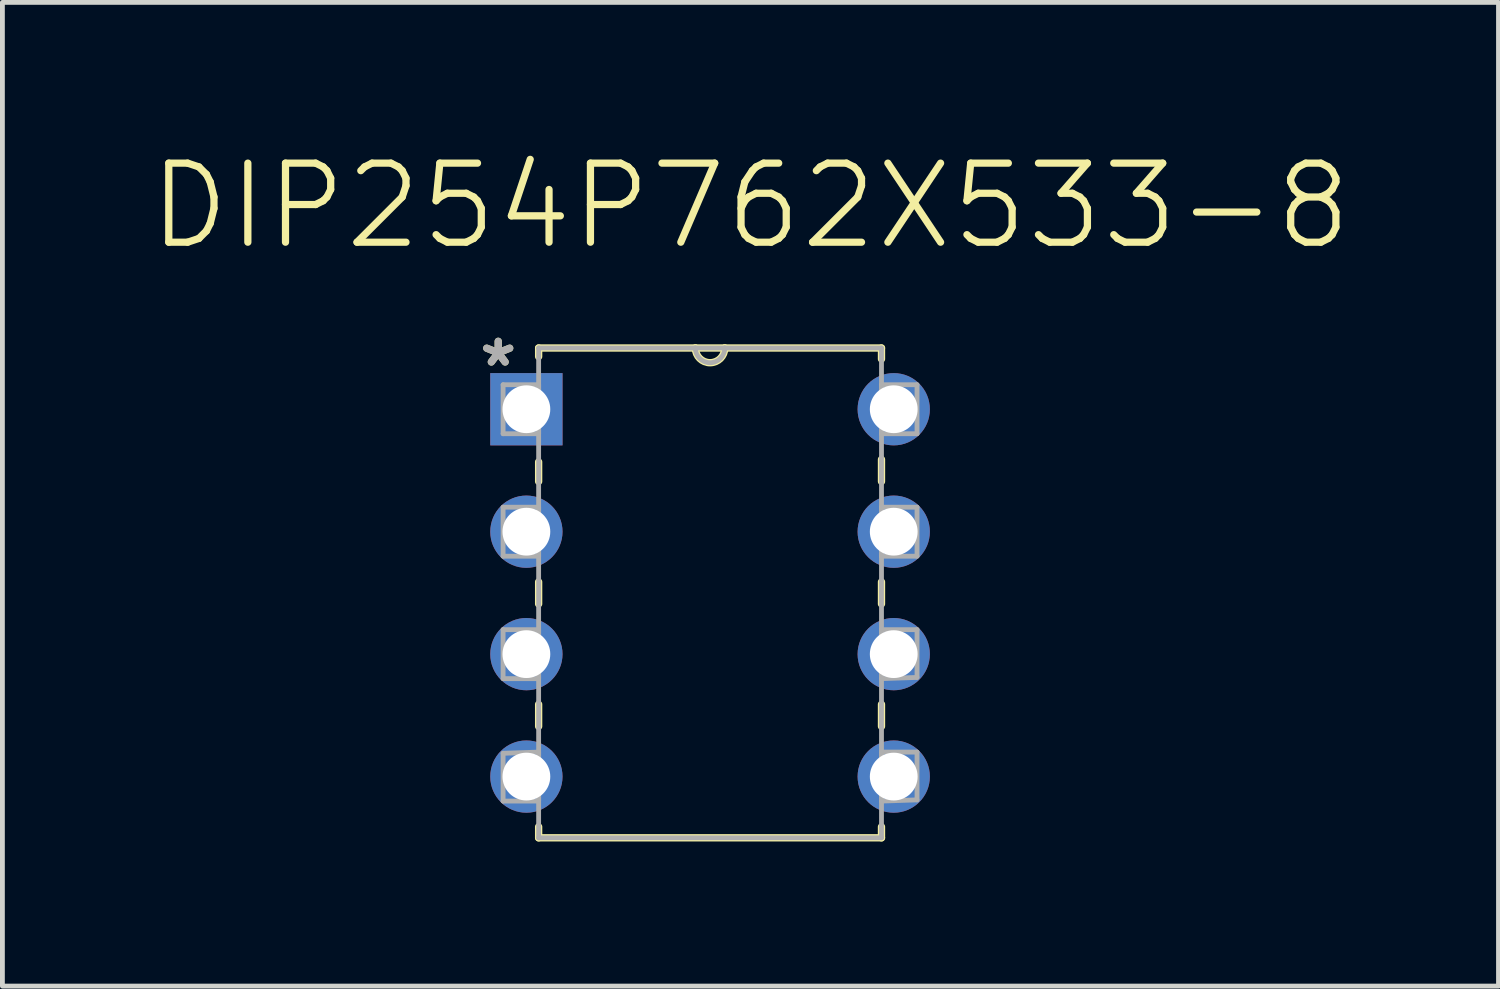
<source format=kicad_pcb>
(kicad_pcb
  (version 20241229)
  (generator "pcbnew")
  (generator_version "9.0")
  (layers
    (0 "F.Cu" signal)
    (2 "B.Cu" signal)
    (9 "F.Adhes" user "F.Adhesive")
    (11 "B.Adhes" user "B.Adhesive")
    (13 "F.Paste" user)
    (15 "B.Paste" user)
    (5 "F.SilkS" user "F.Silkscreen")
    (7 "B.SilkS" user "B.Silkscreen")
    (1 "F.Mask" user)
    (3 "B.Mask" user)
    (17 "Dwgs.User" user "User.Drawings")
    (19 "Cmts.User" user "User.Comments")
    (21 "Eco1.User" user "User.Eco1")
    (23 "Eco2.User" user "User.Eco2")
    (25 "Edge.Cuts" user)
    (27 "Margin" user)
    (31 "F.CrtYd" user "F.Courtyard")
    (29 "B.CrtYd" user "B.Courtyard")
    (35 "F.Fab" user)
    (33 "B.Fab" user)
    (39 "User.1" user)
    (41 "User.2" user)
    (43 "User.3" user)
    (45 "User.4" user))
  (footprint "DIP254P762X533-8"
    (layer "F.Cu")
    (at 15.489 13.059)
    (property "Reference" "DIP254P762X533-8" (at -2.972 -11.836 0) (layer "F.SilkS") (effects (font (size 1.64 1.64) (thickness 0.15))))
    (attr through_hole)
    (fp_line (start -7.366 -8.89) (end -7.366 -8.712) (stroke (width 0.152) (type solid)) (layer "F.SilkS"))
    (fp_line (start -7.366 -6.528) (end -7.366 -6.121) (stroke (width 0.152) (type solid)) (layer "F.SilkS"))
    (fp_line (start -7.366 -4.039) (end -7.366 -3.581) (stroke (width 0.152) (type solid)) (layer "F.SilkS"))
    (fp_line (start -7.366 -1.499) (end -7.366 -1.041) (stroke (width 0.152) (type solid)) (layer "F.SilkS"))
    (fp_line (start -7.366 1.041) (end -7.366 1.27) (stroke (width 0.152) (type solid)) (layer "F.SilkS"))
    (fp_line (start -7.366 1.27) (end -0.254 1.27) (stroke (width 0.152) (type solid)) (layer "F.SilkS"))
    (fp_line (start -4.115 -8.89) (end -7.366 -8.89) (stroke (width 0.152) (type solid)) (layer "F.SilkS"))
    (fp_line (start -3.505 -8.89) (end -4.115 -8.89) (stroke (width 0.152) (type solid)) (layer "F.SilkS"))
    (fp_line (start -0.254 -8.89) (end -3.505 -8.89) (stroke (width 0.152) (type solid)) (layer "F.SilkS"))
    (fp_line (start -0.254 -8.661) (end -0.254 -8.89) (stroke (width 0.152) (type solid)) (layer "F.SilkS"))
    (fp_line (start -0.254 -6.121) (end -0.254 -6.579) (stroke (width 0.152) (type solid)) (layer "F.SilkS"))
    (fp_line (start -0.254 -3.581) (end -0.254 -4.039) (stroke (width 0.152) (type solid)) (layer "F.SilkS"))
    (fp_line (start -0.254 -1.041) (end -0.254 -1.499) (stroke (width 0.152) (type solid)) (layer "F.SilkS"))
    (fp_line (start -0.254 1.27) (end -0.254 1.041) (stroke (width 0.152) (type solid)) (layer "F.SilkS"))
    (fp_arc (start -3.5052 -8.89) (mid -3.81 -8.5852) (end -4.1148 -8.89) (stroke (width 0.1524) (type solid)) (layer "F.SilkS"))
    (fp_line (start -8.103 -8.128) (end -8.103 -7.112) (stroke (width 0.1) (type solid)) (layer "F.Fab"))
    (fp_line (start -8.103 -7.112) (end -7.366 -7.112) (stroke (width 0.1) (type solid)) (layer "F.Fab"))
    (fp_line (start -8.103 -5.588) (end -8.103 -4.572) (stroke (width 0.1) (type solid)) (layer "F.Fab"))
    (fp_line (start -8.103 -4.572) (end -7.366 -4.572) (stroke (width 0.1) (type solid)) (layer "F.Fab"))
    (fp_line (start -8.103 -3.048) (end -8.103 -2.032) (stroke (width 0.1) (type solid)) (layer "F.Fab"))
    (fp_line (start -8.103 -2.032) (end -7.366 -2.032) (stroke (width 0.1) (type solid)) (layer "F.Fab"))
    (fp_line (start -8.103 -0.483) (end -8.103 0.508) (stroke (width 0.1) (type solid)) (layer "F.Fab"))
    (fp_line (start -8.103 0.508) (end -7.366 0.508) (stroke (width 0.1) (type solid)) (layer "F.Fab"))
    (fp_line (start -7.366 -8.89) (end -7.366 1.27) (stroke (width 0.1) (type solid)) (layer "F.Fab"))
    (fp_line (start -7.366 -8.128) (end -8.103 -8.128) (stroke (width 0.1) (type solid)) (layer "F.Fab"))
    (fp_line (start -7.366 -7.112) (end -7.366 -8.128) (stroke (width 0.1) (type solid)) (layer "F.Fab"))
    (fp_line (start -7.366 -5.588) (end -8.103 -5.588) (stroke (width 0.1) (type solid)) (layer "F.Fab"))
    (fp_line (start -7.366 -4.572) (end -7.366 -5.588) (stroke (width 0.1) (type solid)) (layer "F.Fab"))
    (fp_line (start -7.366 -3.048) (end -8.103 -3.048) (stroke (width 0.1) (type solid)) (layer "F.Fab"))
    (fp_line (start -7.366 -2.032) (end -7.366 -3.048) (stroke (width 0.1) (type solid)) (layer "F.Fab"))
    (fp_line (start -7.366 -0.508) (end -8.103 -0.483) (stroke (width 0.1) (type solid)) (layer "F.Fab"))
    (fp_line (start -7.366 0.508) (end -7.366 -0.508) (stroke (width 0.1) (type solid)) (layer "F.Fab"))
    (fp_line (start -7.366 1.27) (end -0.254 1.27) (stroke (width 0.1) (type solid)) (layer "F.Fab"))
    (fp_line (start -4.115 -8.89) (end -7.366 -8.89) (stroke (width 0.1) (type solid)) (layer "F.Fab"))
    (fp_line (start -3.505 -8.89) (end -4.115 -8.89) (stroke (width 0.1) (type solid)) (layer "F.Fab"))
    (fp_line (start -0.254 -8.89) (end -3.505 -8.89) (stroke (width 0.1) (type solid)) (layer "F.Fab"))
    (fp_line (start -0.254 -8.128) (end -0.254 -7.112) (stroke (width 0.1) (type solid)) (layer "F.Fab"))
    (fp_line (start -0.254 -7.112) (end 0.483 -7.112) (stroke (width 0.1) (type solid)) (layer "F.Fab"))
    (fp_line (start -0.254 -5.588) (end -0.254 -4.572) (stroke (width 0.1) (type solid)) (layer "F.Fab"))
    (fp_line (start -0.254 -4.572) (end 0.483 -4.572) (stroke (width 0.1) (type solid)) (layer "F.Fab"))
    (fp_line (start -0.254 -3.048) (end -0.254 -2.032) (stroke (width 0.1) (type solid)) (layer "F.Fab"))
    (fp_line (start -0.254 -2.032) (end 0.483 -2.057) (stroke (width 0.1) (type solid)) (layer "F.Fab"))
    (fp_line (start -0.254 -0.508) (end -0.254 0.508) (stroke (width 0.1) (type solid)) (layer "F.Fab"))
    (fp_line (start -0.254 0.508) (end 0.483 0.483) (stroke (width 0.1) (type solid)) (layer "F.Fab"))
    (fp_line (start -0.254 1.27) (end -0.254 -8.89) (stroke (width 0.1) (type solid)) (layer "F.Fab"))
    (fp_line (start 0.483 -8.128) (end -0.254 -8.128) (stroke (width 0.1) (type solid)) (layer "F.Fab"))
    (fp_line (start 0.483 -7.112) (end 0.483 -8.128) (stroke (width 0.1) (type solid)) (layer "F.Fab"))
    (fp_line (start 0.483 -5.588) (end -0.254 -5.588) (stroke (width 0.1) (type solid)) (layer "F.Fab"))
    (fp_line (start 0.483 -4.572) (end 0.483 -5.588) (stroke (width 0.1) (type solid)) (layer "F.Fab"))
    (fp_line (start 0.483 -3.048) (end -0.254 -3.048) (stroke (width 0.1) (type solid)) (layer "F.Fab"))
    (fp_line (start 0.483 -2.057) (end 0.483 -3.048) (stroke (width 0.1) (type solid)) (layer "F.Fab"))
    (fp_line (start 0.483 -0.508) (end -0.254 -0.508) (stroke (width 0.1) (type solid)) (layer "F.Fab"))
    (fp_line (start 0.483 0.483) (end 0.483 -0.508) (stroke (width 0.1) (type solid)) (layer "F.Fab"))
    (fp_arc (start -3.5052 -8.89) (mid -3.81 -8.5852) (end -4.1148 -8.89) (stroke (width 0.1) (type solid)) (layer "F.Fab"))
    (fp_text user "*" (at -8.204 -8.484 0) (layer "F.SilkS") (effects (font (size 1 1) (thickness 0.15))))
    (fp_text user "*" (at -8.204 -8.484 0) (layer "F.Fab") (effects (font (size 1 1) (thickness 0.15))))
    (pad "1" thru_hole rect (at -7.62 -7.62) (size 1.499 1.499) (drill 0.991) (layers "*.Cu" "*.Mask"))
    (pad "2" thru_hole circle (at -7.62 -5.08) (size 1.499 1.499) (drill 0.991) (layers "*.Cu" "*.Mask"))
    (pad "3" thru_hole circle (at -7.62 -2.54) (size 1.499 1.499) (drill 0.991) (layers "*.Cu" "*.Mask"))
    (pad "4" thru_hole circle (at -7.62 0) (size 1.499 1.499) (drill 0.991) (layers "*.Cu" "*.Mask"))
    (pad "5" thru_hole circle (at 0 0) (size 1.499 1.499) (drill 0.991) (layers "*.Cu" "*.Mask"))
    (pad "6" thru_hole circle (at 0 -2.54) (size 1.499 1.499) (drill 0.991) (layers "*.Cu" "*.Mask"))
    (pad "7" thru_hole circle (at 0 -5.08) (size 1.499 1.499) (drill 0.991) (layers "*.Cu" "*.Mask"))
    (pad "8" thru_hole circle (at 0 -7.62) (size 1.499 1.499) (drill 0.991) (layers "*.Cu" "*.Mask")))
  (gr_rect
    (start -3 -3)
    (end 28.034 17.405)
    (stroke (width 0.1) (type default))
    (fill no)
    (layer "Edge.Cuts")))
</source>
